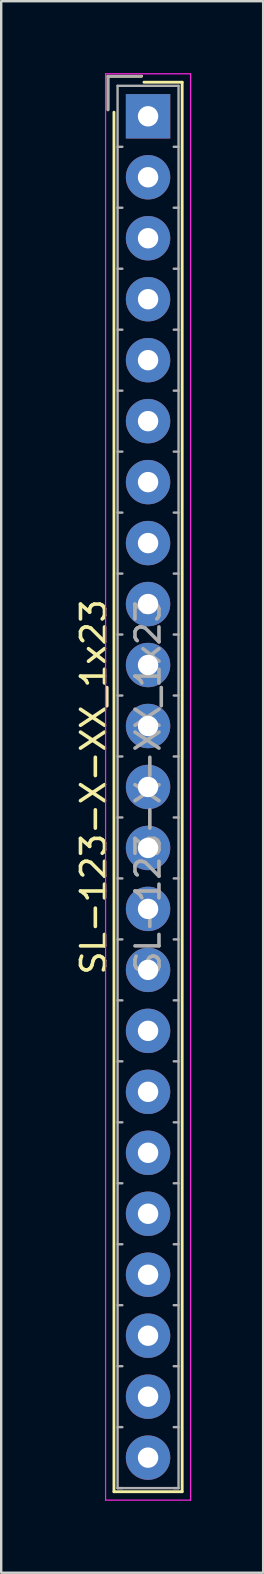
<source format=kicad_pcb>
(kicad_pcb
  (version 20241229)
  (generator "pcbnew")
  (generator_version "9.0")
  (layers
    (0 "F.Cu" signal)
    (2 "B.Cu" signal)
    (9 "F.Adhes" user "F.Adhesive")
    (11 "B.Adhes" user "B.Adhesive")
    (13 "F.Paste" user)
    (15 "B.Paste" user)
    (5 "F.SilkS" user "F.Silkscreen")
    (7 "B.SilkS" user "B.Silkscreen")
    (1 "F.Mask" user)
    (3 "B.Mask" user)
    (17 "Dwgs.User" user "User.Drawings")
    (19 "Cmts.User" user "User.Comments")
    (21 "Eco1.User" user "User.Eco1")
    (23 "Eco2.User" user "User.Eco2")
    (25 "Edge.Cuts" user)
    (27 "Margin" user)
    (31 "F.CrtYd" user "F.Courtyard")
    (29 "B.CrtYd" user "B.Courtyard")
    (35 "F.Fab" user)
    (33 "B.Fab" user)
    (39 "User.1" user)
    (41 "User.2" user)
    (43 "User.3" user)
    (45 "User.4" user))
  (footprint "SL-123-X-XX_1x23"
    (layer "F.Cu")
    (at 3.118 1.795)
    (property "Reference" "SL-123-X-XX_1x23" (at -2.27 27.94 90) (layer "F.SilkS") (effects (font (size 1 1) (thickness 0.15))))
    (attr through_hole)
    (fp_line (start -1.67 -1.67) (end -1.67 -0.27) (stroke (width 0.12) (type solid)) (layer "F.SilkS"))
    (fp_line (start -1.42 57.3) (end -1.42 -0.17) (stroke (width 0.12) (type solid)) (layer "F.SilkS"))
    (fp_line (start -0.27 -1.67) (end -1.67 -1.67) (stroke (width 0.12) (type solid)) (layer "F.SilkS"))
    (fp_line (start -0.17 -1.42) (end 1.42 -1.42) (stroke (width 0.12) (type solid)) (layer "F.SilkS"))
    (fp_line (start 1.42 -1.42) (end 1.42 57.3) (stroke (width 0.12) (type solid)) (layer "F.SilkS"))
    (fp_line (start 1.42 57.3) (end -1.42 57.3) (stroke (width 0.12) (type solid)) (layer "F.SilkS"))
    (fp_line (start -1.77 -1.77) (end -1.77 57.65) (stroke (width 0.05) (type solid)) (layer "F.CrtYd"))
    (fp_line (start -1.77 57.65) (end 1.77 57.65) (stroke (width 0.05) (type solid)) (layer "F.CrtYd"))
    (fp_line (start 1.77 -1.77) (end -1.77 -1.77) (stroke (width 0.05) (type solid)) (layer "F.CrtYd"))
    (fp_line (start 1.77 57.65) (end 1.77 -1.77) (stroke (width 0.05) (type solid)) (layer "F.CrtYd"))
    (fp_line (start -1.67 -1.67) (end -1.67 -0.27) (stroke (width 0.1) (type solid)) (layer "F.Fab"))
    (fp_line (start -1.27 -1.27) (end -1.27 57.15) (stroke (width 0.1) (type solid)) (layer "F.Fab"))
    (fp_line (start -1.27 1.27) (end -1.07 1.27) (stroke (width 0.1) (type solid)) (layer "F.Fab"))
    (fp_line (start -1.27 3.81) (end -1.07 3.81) (stroke (width 0.1) (type solid)) (layer "F.Fab"))
    (fp_line (start -1.27 6.35) (end -1.07 6.35) (stroke (width 0.1) (type solid)) (layer "F.Fab"))
    (fp_line (start -1.27 8.89) (end -1.07 8.89) (stroke (width 0.1) (type solid)) (layer "F.Fab"))
    (fp_line (start -1.27 11.43) (end -1.07 11.43) (stroke (width 0.1) (type solid)) (layer "F.Fab"))
    (fp_line (start -1.27 13.97) (end -1.07 13.97) (stroke (width 0.1) (type solid)) (layer "F.Fab"))
    (fp_line (start -1.27 16.51) (end -1.07 16.51) (stroke (width 0.1) (type solid)) (layer "F.Fab"))
    (fp_line (start -1.27 19.05) (end -1.07 19.05) (stroke (width 0.1) (type solid)) (layer "F.Fab"))
    (fp_line (start -1.27 21.59) (end -1.07 21.59) (stroke (width 0.1) (type solid)) (layer "F.Fab"))
    (fp_line (start -1.27 24.13) (end -1.07 24.13) (stroke (width 0.1) (type solid)) (layer "F.Fab"))
    (fp_line (start -1.27 26.67) (end -1.07 26.67) (stroke (width 0.1) (type solid)) (layer "F.Fab"))
    (fp_line (start -1.27 29.21) (end -1.07 29.21) (stroke (width 0.1) (type solid)) (layer "F.Fab"))
    (fp_line (start -1.27 31.75) (end -1.07 31.75) (stroke (width 0.1) (type solid)) (layer "F.Fab"))
    (fp_line (start -1.27 34.29) (end -1.07 34.29) (stroke (width 0.1) (type solid)) (layer "F.Fab"))
    (fp_line (start -1.27 36.83) (end -1.07 36.83) (stroke (width 0.1) (type solid)) (layer "F.Fab"))
    (fp_line (start -1.27 39.37) (end -1.07 39.37) (stroke (width 0.1) (type solid)) (layer "F.Fab"))
    (fp_line (start -1.27 41.91) (end -1.07 41.91) (stroke (width 0.1) (type solid)) (layer "F.Fab"))
    (fp_line (start -1.27 44.45) (end -1.07 44.45) (stroke (width 0.1) (type solid)) (layer "F.Fab"))
    (fp_line (start -1.27 46.99) (end -1.07 46.99) (stroke (width 0.1) (type solid)) (layer "F.Fab"))
    (fp_line (start -1.27 49.53) (end -1.07 49.53) (stroke (width 0.1) (type solid)) (layer "F.Fab"))
    (fp_line (start -1.27 52.07) (end -1.07 52.07) (stroke (width 0.1) (type solid)) (layer "F.Fab"))
    (fp_line (start -1.27 54.61) (end -1.07 54.61) (stroke (width 0.1) (type solid)) (layer "F.Fab"))
    (fp_line (start -1.27 57.15) (end -1.07 57.15) (stroke (width 0.1) (type solid)) (layer "F.Fab"))
    (fp_line (start -1.27 57.15) (end 1.27 57.15) (stroke (width 0.1) (type solid)) (layer "F.Fab"))
    (fp_line (start -0.27 -1.67) (end -1.67 -1.67) (stroke (width 0.1) (type solid)) (layer "F.Fab"))
    (fp_line (start 1.27 -1.27) (end -1.27 -1.27) (stroke (width 0.1) (type solid)) (layer "F.Fab"))
    (fp_line (start 1.27 1.27) (end 1.07 1.27) (stroke (width 0.1) (type solid)) (layer "F.Fab"))
    (fp_line (start 1.27 3.81) (end 1.07 3.81) (stroke (width 0.1) (type solid)) (layer "F.Fab"))
    (fp_line (start 1.27 6.35) (end 1.07 6.35) (stroke (width 0.1) (type solid)) (layer "F.Fab"))
    (fp_line (start 1.27 8.89) (end 1.07 8.89) (stroke (width 0.1) (type solid)) (layer "F.Fab"))
    (fp_line (start 1.27 11.43) (end 1.07 11.43) (stroke (width 0.1) (type solid)) (layer "F.Fab"))
    (fp_line (start 1.27 13.97) (end 1.07 13.97) (stroke (width 0.1) (type solid)) (layer "F.Fab"))
    (fp_line (start 1.27 16.51) (end 1.07 16.51) (stroke (width 0.1) (type solid)) (layer "F.Fab"))
    (fp_line (start 1.27 19.05) (end 1.07 19.05) (stroke (width 0.1) (type solid)) (layer "F.Fab"))
    (fp_line (start 1.27 21.59) (end 1.07 21.59) (stroke (width 0.1) (type solid)) (layer "F.Fab"))
    (fp_line (start 1.27 24.13) (end 1.07 24.13) (stroke (width 0.1) (type solid)) (layer "F.Fab"))
    (fp_line (start 1.27 26.67) (end 1.07 26.67) (stroke (width 0.1) (type solid)) (layer "F.Fab"))
    (fp_line (start 1.27 29.21) (end 1.07 29.21) (stroke (width 0.1) (type solid)) (layer "F.Fab"))
    (fp_line (start 1.27 31.75) (end 1.07 31.75) (stroke (width 0.1) (type solid)) (layer "F.Fab"))
    (fp_line (start 1.27 34.29) (end 1.07 34.29) (stroke (width 0.1) (type solid)) (layer "F.Fab"))
    (fp_line (start 1.27 36.83) (end 1.07 36.83) (stroke (width 0.1) (type solid)) (layer "F.Fab"))
    (fp_line (start 1.27 39.37) (end 1.07 39.37) (stroke (width 0.1) (type solid)) (layer "F.Fab"))
    (fp_line (start 1.27 41.91) (end 1.07 41.91) (stroke (width 0.1) (type solid)) (layer "F.Fab"))
    (fp_line (start 1.27 44.45) (end 1.07 44.45) (stroke (width 0.1) (type solid)) (layer "F.Fab"))
    (fp_line (start 1.27 46.99) (end 1.07 46.99) (stroke (width 0.1) (type solid)) (layer "F.Fab"))
    (fp_line (start 1.27 49.53) (end 1.07 49.53) (stroke (width 0.1) (type solid)) (layer "F.Fab"))
    (fp_line (start 1.27 52.07) (end 1.07 52.07) (stroke (width 0.1) (type solid)) (layer "F.Fab"))
    (fp_line (start 1.27 54.61) (end 1.07 54.61) (stroke (width 0.1) (type solid)) (layer "F.Fab"))
    (fp_line (start 1.27 57.15) (end 1.07 57.15) (stroke (width 0.1) (type solid)) (layer "F.Fab"))
    (fp_line (start 1.27 57.15) (end 1.27 -1.27) (stroke (width 0.1) (type solid)) (layer "F.Fab"))
    (fp_text user "${REFERENCE}" (at 0 27.94 90) (layer "F.Fab") (effects (font (size 1 1) (thickness 0.15))))
    (pad "1" thru_hole rect (at 0 0) (size 1.85 1.85) (drill 0.85) (layers "*.Cu" "*.Mask"))
    (pad "2" thru_hole circle (at 0 2.54) (size 1.85 1.85) (drill 0.85) (layers "*.Cu" "*.Mask"))
    (pad "3" thru_hole circle (at 0 5.08) (size 1.85 1.85) (drill 0.85) (layers "*.Cu" "*.Mask"))
    (pad "4" thru_hole circle (at 0 7.62) (size 1.85 1.85) (drill 0.85) (layers "*.Cu" "*.Mask"))
    (pad "5" thru_hole circle (at 0 10.16) (size 1.85 1.85) (drill 0.85) (layers "*.Cu" "*.Mask"))
    (pad "6" thru_hole circle (at 0 12.7) (size 1.85 1.85) (drill 0.85) (layers "*.Cu" "*.Mask"))
    (pad "7" thru_hole circle (at 0 15.24) (size 1.85 1.85) (drill 0.85) (layers "*.Cu" "*.Mask"))
    (pad "8" thru_hole circle (at 0 17.78) (size 1.85 1.85) (drill 0.85) (layers "*.Cu" "*.Mask"))
    (pad "9" thru_hole circle (at 0 20.32) (size 1.85 1.85) (drill 0.85) (layers "*.Cu" "*.Mask"))
    (pad "10" thru_hole circle (at 0 22.86) (size 1.85 1.85) (drill 0.85) (layers "*.Cu" "*.Mask"))
    (pad "11" thru_hole circle (at 0 25.4) (size 1.85 1.85) (drill 0.85) (layers "*.Cu" "*.Mask"))
    (pad "12" thru_hole circle (at 0 27.94) (size 1.85 1.85) (drill 0.85) (layers "*.Cu" "*.Mask"))
    (pad "13" thru_hole circle (at 0 30.48) (size 1.85 1.85) (drill 0.85) (layers "*.Cu" "*.Mask"))
    (pad "14" thru_hole circle (at 0 33.02) (size 1.85 1.85) (drill 0.85) (layers "*.Cu" "*.Mask"))
    (pad "15" thru_hole circle (at 0 35.56) (size 1.85 1.85) (drill 0.85) (layers "*.Cu" "*.Mask"))
    (pad "16" thru_hole circle (at 0 38.1) (size 1.85 1.85) (drill 0.85) (layers "*.Cu" "*.Mask"))
    (pad "17" thru_hole circle (at 0 40.64) (size 1.85 1.85) (drill 0.85) (layers "*.Cu" "*.Mask"))
    (pad "18" thru_hole circle (at 0 43.18) (size 1.85 1.85) (drill 0.85) (layers "*.Cu" "*.Mask"))
    (pad "19" thru_hole circle (at 0 45.72) (size 1.85 1.85) (drill 0.85) (layers "*.Cu" "*.Mask"))
    (pad "20" thru_hole circle (at 0 48.26) (size 1.85 1.85) (drill 0.85) (layers "*.Cu" "*.Mask"))
    (pad "21" thru_hole circle (at 0 50.8) (size 1.85 1.85) (drill 0.85) (layers "*.Cu" "*.Mask"))
    (pad "22" thru_hole circle (at 0 53.34) (size 1.85 1.85) (drill 0.85) (layers "*.Cu" "*.Mask"))
    (pad "23" thru_hole circle (at 0 55.88) (size 1.85 1.85) (drill 0.85) (layers "*.Cu" "*.Mask")))
  (gr_rect
    (start -3 -3)
    (end 7.913 62.47)
    (stroke (width 0.1) (type default))
    (fill no)
    (layer "Edge.Cuts")))
</source>
